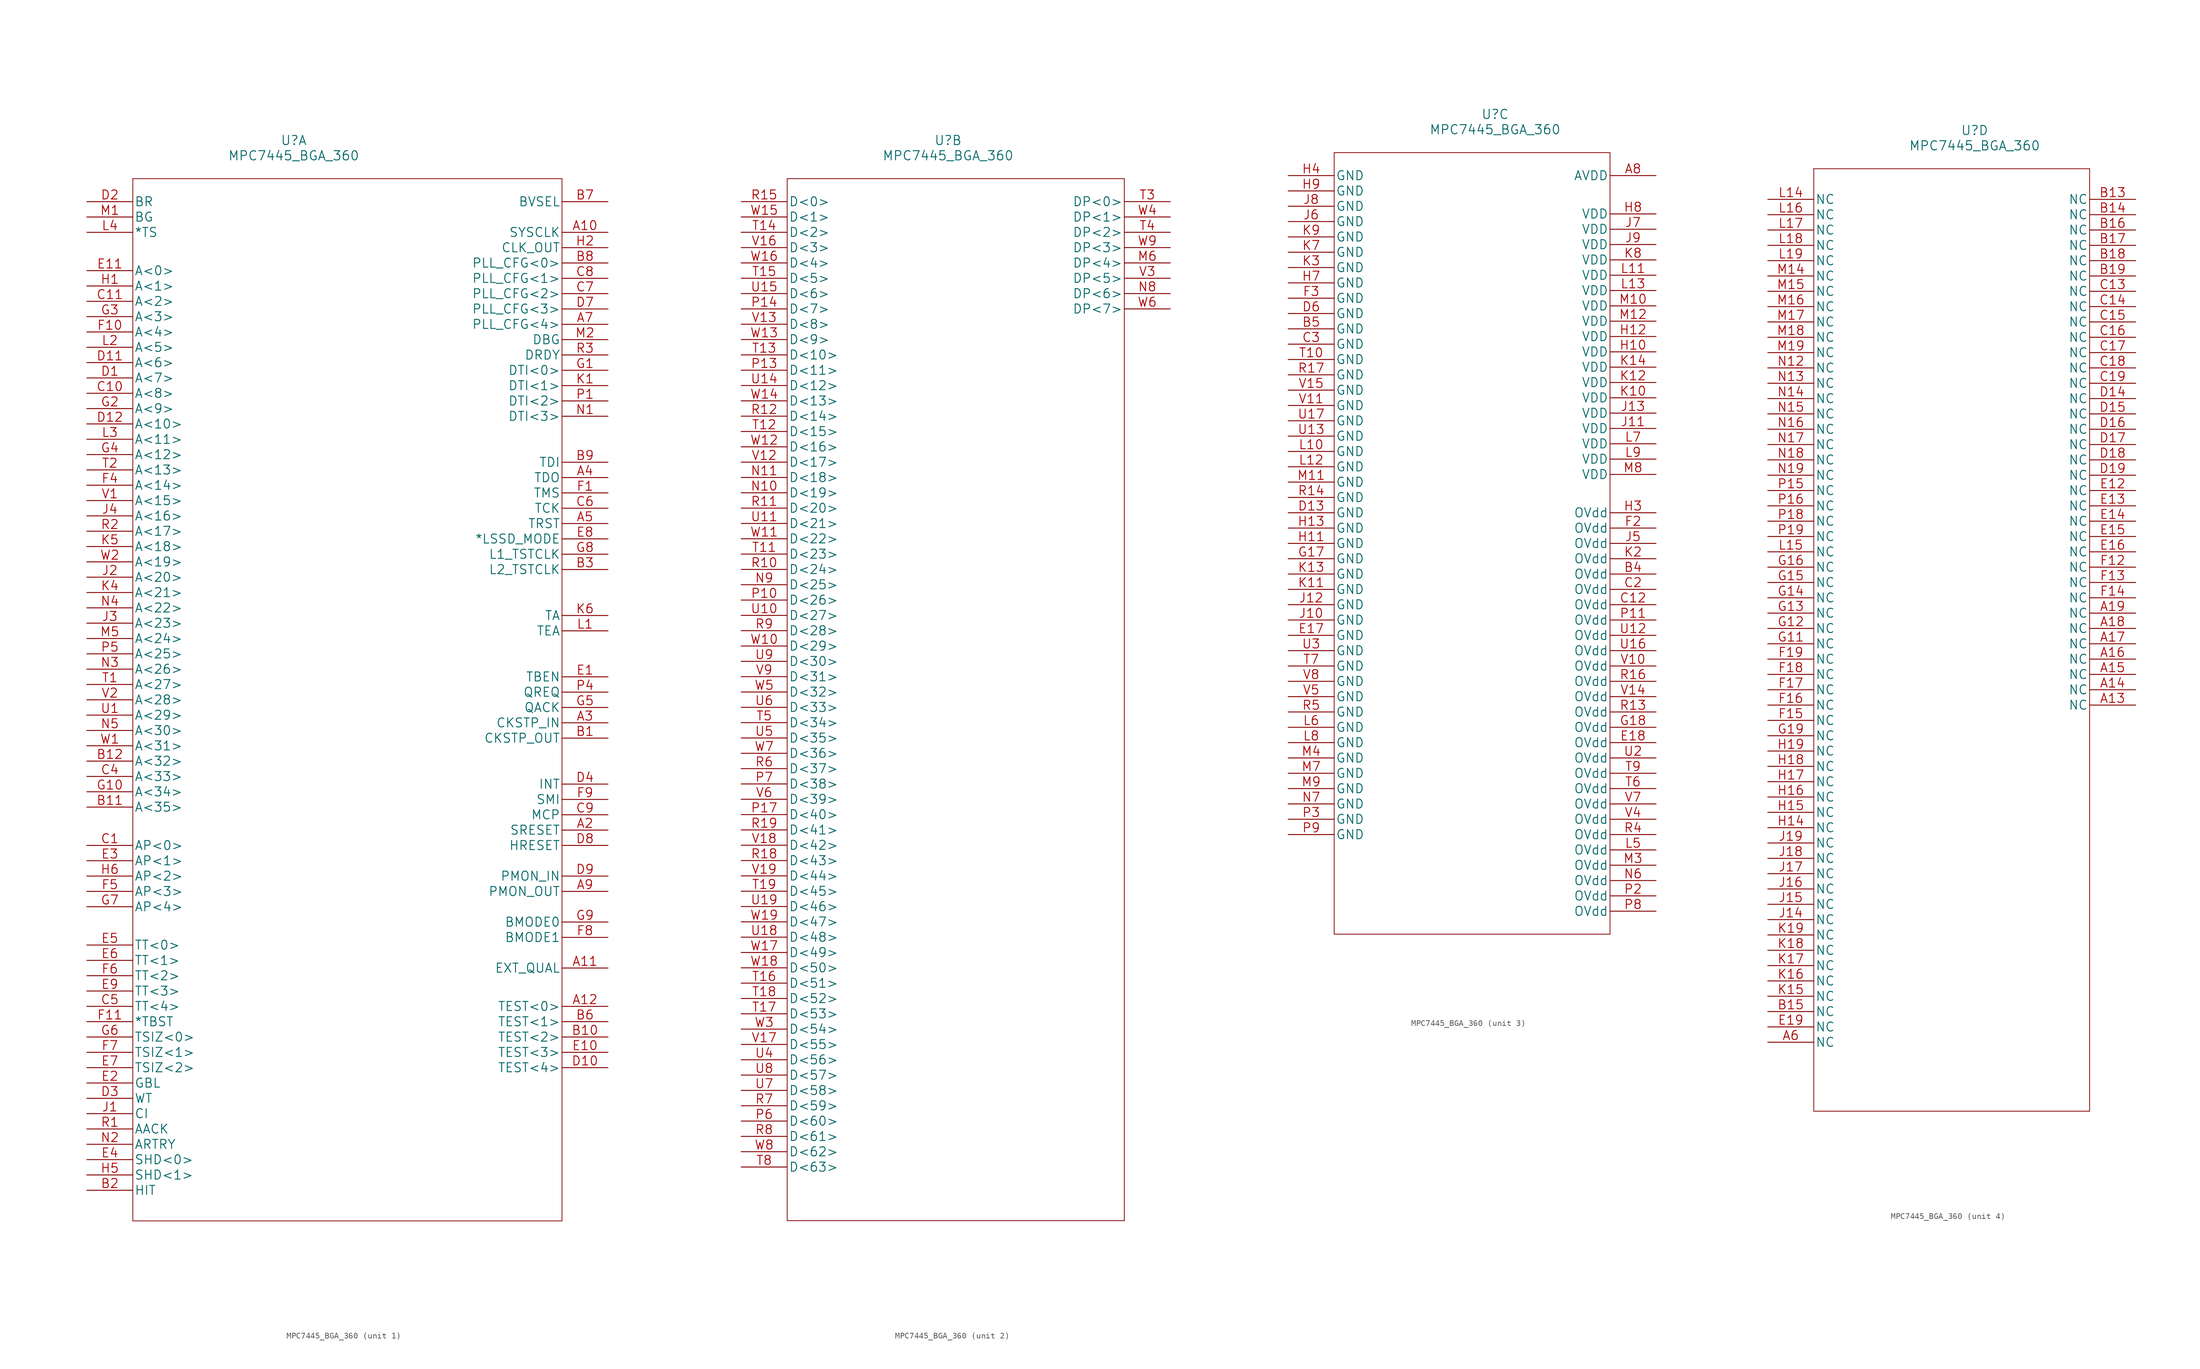
<source format=kicad_sym>
(kicad_symbol_lib
  (version 20211014)
  (generator kicad_symbol_editor)
  (symbol "MPC7445_BGA_360"
    (pin_names
      (offset 0.254))
    (property "Reference" "U"
      (at 34.29 11.43 0)
      (effects (font (size 1.524 1.524))))
    (property "Value" "MPC7445_BGA_360"
      (at 34.29 8.89 0)
      (effects (font (size 1.524 1.524))))
    (property "Datasheet" ""
      (at -1.27 -104.14 0)
      (effects (font (size 1.524 1.524))))
    (symbol "MPC7445_BGA_360_1_1"
      (polyline (pts (xy 7.62 -167.64) (xy 78.74 -167.64)) (stroke (width 0.127) (type default) (color 0 0 0 0)) (fill (type none)))
      (polyline (pts (xy 7.62 5.08) (xy 7.62 -167.64)) (stroke (width 0.127) (type default) (color 0 0 0 0)) (fill (type none)))
      (polyline (pts (xy 78.74 -167.64) (xy 78.74 5.08)) (stroke (width 0.127) (type default) (color 0 0 0 0)) (fill (type none)))
      (polyline (pts (xy 78.74 5.08) (xy 7.62 5.08)) (stroke (width 0.127) (type default) (color 0 0 0 0)) (fill (type none)))
      (pin input line (at 86.36 -3.81 180) (length 7.62) (name "SYSCLK" (effects (font (size 1.499 1.499)))) (number "A10" (effects (font (size 1.499 1.499)))))
      (pin input line (at 86.36 -125.73 180) (length 7.62) (name "EXT_QUAL" (effects (font (size 1.499 1.499)))) (number "A11" (effects (font (size 1.499 1.499)))))
      (pin input line (at 86.36 -132.08 180) (length 7.62) (name "TEST<0>" (effects (font (size 1.499 1.499)))) (number "A12" (effects (font (size 1.499 1.499)))))
      (pin input line (at 86.36 -102.87 180) (length 7.62) (name "SRESET" (effects (font (size 1.499 1.499)))) (number "A2" (effects (font (size 1.499 1.499)))))
      (pin input line (at 86.36 -85.09 180) (length 7.62) (name "CKSTP_IN" (effects (font (size 1.499 1.499)))) (number "A3" (effects (font (size 1.499 1.499)))))
      (pin output line (at 86.36 -44.45 180) (length 7.62) (name "TDO" (effects (font (size 1.499 1.499)))) (number "A4" (effects (font (size 1.499 1.499)))))
      (pin input line (at 86.36 -52.07 180) (length 7.62) (name "TRST" (effects (font (size 1.499 1.499)))) (number "A5" (effects (font (size 1.499 1.499)))))
      (pin input line (at 86.36 -19.05 180) (length 7.62) (name "PLL_CFG<4>" (effects (font (size 1.499 1.499)))) (number "A7" (effects (font (size 1.499 1.499)))))
      (pin output line (at 86.36 -113.03 180) (length 7.62) (name "PMON_OUT" (effects (font (size 1.499 1.499)))) (number "A9" (effects (font (size 1.499 1.499)))))
      (pin output line (at 86.36 -87.63 180) (length 7.62) (name "CKSTP_OUT" (effects (font (size 1.499 1.499)))) (number "B1" (effects (font (size 1.499 1.499)))))
      (pin input line (at 86.36 -137.16 180) (length 7.62) (name "TEST<2>" (effects (font (size 1.499 1.499)))) (number "B10" (effects (font (size 1.499 1.499)))))
      (pin bidirectional line (at 0 -99.06 0) (length 7.62) (name "A<35>" (effects (font (size 1.499 1.499)))) (number "B11" (effects (font (size 1.499 1.499)))))
      (pin bidirectional line (at 0 -91.44 0) (length 7.62) (name "A<32>" (effects (font (size 1.499 1.499)))) (number "B12" (effects (font (size 1.499 1.499)))))
      (pin output line (at 0 -162.56 0) (length 7.62) (name "HIT" (effects (font (size 1.499 1.499)))) (number "B2" (effects (font (size 1.499 1.499)))))
      (pin input line (at 86.36 -59.69 180) (length 7.62) (name "L2_TSTCLK" (effects (font (size 1.499 1.499)))) (number "B3" (effects (font (size 1.499 1.499)))))
      (pin input line (at 86.36 -134.62 180) (length 7.62) (name "TEST<1>" (effects (font (size 1.499 1.499)))) (number "B6" (effects (font (size 1.499 1.499)))))
      (pin input line (at 86.36 1.27 180) (length 7.62) (name "BVSEL" (effects (font (size 1.499 1.499)))) (number "B7" (effects (font (size 1.499 1.499)))))
      (pin input line (at 86.36 -8.89 180) (length 7.62) (name "PLL_CFG<0>" (effects (font (size 1.499 1.499)))) (number "B8" (effects (font (size 1.499 1.499)))))
      (pin input line (at 86.36 -41.91 180) (length 7.62) (name "TDI" (effects (font (size 1.499 1.499)))) (number "B9" (effects (font (size 1.499 1.499)))))
      (pin bidirectional line (at 0 -105.41 0) (length 7.62) (name "AP<0>" (effects (font (size 1.499 1.499)))) (number "C1" (effects (font (size 1.499 1.499)))))
      (pin bidirectional line (at 0 -30.48 0) (length 7.62) (name "A<8>" (effects (font (size 1.499 1.499)))) (number "C10" (effects (font (size 1.499 1.499)))))
      (pin bidirectional line (at 0 -15.24 0) (length 7.62) (name "A<2>" (effects (font (size 1.499 1.499)))) (number "C11" (effects (font (size 1.499 1.499)))))
      (pin bidirectional line (at 0 -93.98 0) (length 7.62) (name "A<33>" (effects (font (size 1.499 1.499)))) (number "C4" (effects (font (size 1.499 1.499)))))
      (pin bidirectional line (at 0 -132.08 0) (length 7.62) (name "TT<4>" (effects (font (size 1.499 1.499)))) (number "C5" (effects (font (size 1.499 1.499)))))
      (pin input line (at 86.36 -49.53 180) (length 7.62) (name "TCK" (effects (font (size 1.499 1.499)))) (number "C6" (effects (font (size 1.499 1.499)))))
      (pin input line (at 86.36 -13.97 180) (length 7.62) (name "PLL_CFG<2>" (effects (font (size 1.499 1.499)))) (number "C7" (effects (font (size 1.499 1.499)))))
      (pin input line (at 86.36 -11.43 180) (length 7.62) (name "PLL_CFG<1>" (effects (font (size 1.499 1.499)))) (number "C8" (effects (font (size 1.499 1.499)))))
      (pin input line (at 86.36 -100.33 180) (length 7.62) (name "MCP" (effects (font (size 1.499 1.499)))) (number "C9" (effects (font (size 1.499 1.499)))))
      (pin bidirectional line (at 0 -27.94 0) (length 7.62) (name "A<7>" (effects (font (size 1.499 1.499)))) (number "D1" (effects (font (size 1.499 1.499)))))
      (pin input line (at 86.36 -142.24 180) (length 7.62) (name "TEST<4>" (effects (font (size 1.499 1.499)))) (number "D10" (effects (font (size 1.499 1.499)))))
      (pin bidirectional line (at 0 -25.4 0) (length 7.62) (name "A<6>" (effects (font (size 1.499 1.499)))) (number "D11" (effects (font (size 1.499 1.499)))))
      (pin bidirectional line (at 0 -35.56 0) (length 7.62) (name "A<10>" (effects (font (size 1.499 1.499)))) (number "D12" (effects (font (size 1.499 1.499)))))
      (pin output line (at 0 1.27 0) (length 7.62) (name "BR" (effects (font (size 1.499 1.499)))) (number "D2" (effects (font (size 1.499 1.499)))))
      (pin output line (at 0 -147.32 0) (length 7.62) (name "WT" (effects (font (size 1.499 1.499)))) (number "D3" (effects (font (size 1.499 1.499)))))
      (pin input line (at 86.36 -95.25 180) (length 7.62) (name "INT" (effects (font (size 1.499 1.499)))) (number "D4" (effects (font (size 1.499 1.499)))))
      (pin input line (at 86.36 -16.51 180) (length 7.62) (name "PLL_CFG<3>" (effects (font (size 1.499 1.499)))) (number "D7" (effects (font (size 1.499 1.499)))))
      (pin input line (at 86.36 -105.41 180) (length 7.62) (name "HRESET" (effects (font (size 1.499 1.499)))) (number "D8" (effects (font (size 1.499 1.499)))))
      (pin input line (at 86.36 -110.49 180) (length 7.62) (name "PMON_IN" (effects (font (size 1.499 1.499)))) (number "D9" (effects (font (size 1.499 1.499)))))
      (pin input line (at 86.36 -77.47 180) (length 7.62) (name "TBEN" (effects (font (size 1.499 1.499)))) (number "E1" (effects (font (size 1.499 1.499)))))
      (pin input line (at 86.36 -139.7 180) (length 7.62) (name "TEST<3>" (effects (font (size 1.499 1.499)))) (number "E10" (effects (font (size 1.499 1.499)))))
      (pin bidirectional line (at 0 -10.16 0) (length 7.62) (name "A<0>" (effects (font (size 1.499 1.499)))) (number "E11" (effects (font (size 1.499 1.499)))))
      (pin bidirectional line (at 0 -144.78 0) (length 7.62) (name "GBL" (effects (font (size 1.499 1.499)))) (number "E2" (effects (font (size 1.499 1.499)))))
      (pin bidirectional line (at 0 -107.95 0) (length 7.62) (name "AP<1>" (effects (font (size 1.499 1.499)))) (number "E3" (effects (font (size 1.499 1.499)))))
      (pin bidirectional line (at 0 -157.48 0) (length 7.62) (name "SHD<0>" (effects (font (size 1.499 1.499)))) (number "E4" (effects (font (size 1.499 1.499)))))
      (pin bidirectional line (at 0 -121.92 0) (length 7.62) (name "TT<0>" (effects (font (size 1.499 1.499)))) (number "E5" (effects (font (size 1.499 1.499)))))
      (pin bidirectional line (at 0 -124.46 0) (length 7.62) (name "TT<1>" (effects (font (size 1.499 1.499)))) (number "E6" (effects (font (size 1.499 1.499)))))
      (pin output line (at 0 -142.24 0) (length 7.62) (name "TSIZ<2>" (effects (font (size 1.499 1.499)))) (number "E7" (effects (font (size 1.499 1.499)))))
      (pin input line (at 86.36 -54.61 180) (length 7.62) (name "*LSSD_MODE" (effects (font (size 1.499 1.499)))) (number "E8" (effects (font (size 1.499 1.499)))))
      (pin bidirectional line (at 0 -129.54 0) (length 7.62) (name "TT<3>" (effects (font (size 1.499 1.499)))) (number "E9" (effects (font (size 1.499 1.499)))))
      (pin input line (at 86.36 -46.99 180) (length 7.62) (name "TMS" (effects (font (size 1.499 1.499)))) (number "F1" (effects (font (size 1.499 1.499)))))
      (pin bidirectional line (at 0 -20.32 0) (length 7.62) (name "A<4>" (effects (font (size 1.499 1.499)))) (number "F10" (effects (font (size 1.499 1.499)))))
      (pin output line (at 0 -134.62 0) (length 7.62) (name "*TBST" (effects (font (size 1.499 1.499)))) (number "F11" (effects (font (size 1.499 1.499)))))
      (pin bidirectional line (at 0 -45.72 0) (length 7.62) (name "A<14>" (effects (font (size 1.499 1.499)))) (number "F4" (effects (font (size 1.499 1.499)))))
      (pin bidirectional line (at 0 -113.03 0) (length 7.62) (name "AP<3>" (effects (font (size 1.499 1.499)))) (number "F5" (effects (font (size 1.499 1.499)))))
      (pin bidirectional line (at 0 -127 0) (length 7.62) (name "TT<2>" (effects (font (size 1.499 1.499)))) (number "F6" (effects (font (size 1.499 1.499)))))
      (pin output line (at 0 -139.7 0) (length 7.62) (name "TSIZ<1>" (effects (font (size 1.499 1.499)))) (number "F7" (effects (font (size 1.499 1.499)))))
      (pin input line (at 86.36 -120.65 180) (length 7.62) (name "BMODE1" (effects (font (size 1.499 1.499)))) (number "F8" (effects (font (size 1.499 1.499)))))
      (pin input line (at 86.36 -97.79 180) (length 7.62) (name "SMI" (effects (font (size 1.499 1.499)))) (number "F9" (effects (font (size 1.499 1.499)))))
      (pin input line (at 86.36 -26.67 180) (length 7.62) (name "DTI<0>" (effects (font (size 1.499 1.499)))) (number "G1" (effects (font (size 1.499 1.499)))))
      (pin bidirectional line (at 0 -96.52 0) (length 7.62) (name "A<34>" (effects (font (size 1.499 1.499)))) (number "G10" (effects (font (size 1.499 1.499)))))
      (pin bidirectional line (at 0 -33.02 0) (length 7.62) (name "A<9>" (effects (font (size 1.499 1.499)))) (number "G2" (effects (font (size 1.499 1.499)))))
      (pin bidirectional line (at 0 -17.78 0) (length 7.62) (name "A<3>" (effects (font (size 1.499 1.499)))) (number "G3" (effects (font (size 1.499 1.499)))))
      (pin bidirectional line (at 0 -40.64 0) (length 7.62) (name "A<12>" (effects (font (size 1.499 1.499)))) (number "G4" (effects (font (size 1.499 1.499)))))
      (pin input line (at 86.36 -82.55 180) (length 7.62) (name "QACK" (effects (font (size 1.499 1.499)))) (number "G5" (effects (font (size 1.499 1.499)))))
      (pin output line (at 0 -137.16 0) (length 7.62) (name "TSIZ<0>" (effects (font (size 1.499 1.499)))) (number "G6" (effects (font (size 1.499 1.499)))))
      (pin bidirectional line (at 0 -115.57 0) (length 7.62) (name "AP<4>" (effects (font (size 1.499 1.499)))) (number "G7" (effects (font (size 1.499 1.499)))))
      (pin input line (at 86.36 -57.15 180) (length 7.62) (name "L1_TSTCLK" (effects (font (size 1.499 1.499)))) (number "G8" (effects (font (size 1.499 1.499)))))
      (pin input line (at 86.36 -118.11 180) (length 7.62) (name "BMODE0" (effects (font (size 1.499 1.499)))) (number "G9" (effects (font (size 1.499 1.499)))))
      (pin bidirectional line (at 0 -12.7 0) (length 7.62) (name "A<1>" (effects (font (size 1.499 1.499)))) (number "H1" (effects (font (size 1.499 1.499)))))
      (pin output line (at 86.36 -6.35 180) (length 7.62) (name "CLK_OUT" (effects (font (size 1.499 1.499)))) (number "H2" (effects (font (size 1.499 1.499)))))
      (pin bidirectional line (at 0 -160.02 0) (length 7.62) (name "SHD<1>" (effects (font (size 1.499 1.499)))) (number "H5" (effects (font (size 1.499 1.499)))))
      (pin bidirectional line (at 0 -110.49 0) (length 7.62) (name "AP<2>" (effects (font (size 1.499 1.499)))) (number "H6" (effects (font (size 1.499 1.499)))))
      (pin output line (at 0 -149.86 0) (length 7.62) (name "CI" (effects (font (size 1.499 1.499)))) (number "J1" (effects (font (size 1.499 1.499)))))
      (pin bidirectional line (at 0 -60.96 0) (length 7.62) (name "A<20>" (effects (font (size 1.499 1.499)))) (number "J2" (effects (font (size 1.499 1.499)))))
      (pin bidirectional line (at 0 -68.58 0) (length 7.62) (name "A<23>" (effects (font (size 1.499 1.499)))) (number "J3" (effects (font (size 1.499 1.499)))))
      (pin bidirectional line (at 0 -50.8 0) (length 7.62) (name "A<16>" (effects (font (size 1.499 1.499)))) (number "J4" (effects (font (size 1.499 1.499)))))
      (pin input line (at 86.36 -29.21 180) (length 7.62) (name "DTI<1>" (effects (font (size 1.499 1.499)))) (number "K1" (effects (font (size 1.499 1.499)))))
      (pin bidirectional line (at 0 -63.5 0) (length 7.62) (name "A<21>" (effects (font (size 1.499 1.499)))) (number "K4" (effects (font (size 1.499 1.499)))))
      (pin bidirectional line (at 0 -55.88 0) (length 7.62) (name "A<18>" (effects (font (size 1.499 1.499)))) (number "K5" (effects (font (size 1.499 1.499)))))
      (pin input line (at 86.36 -67.31 180) (length 7.62) (name "TA" (effects (font (size 1.499 1.499)))) (number "K6" (effects (font (size 1.499 1.499)))))
      (pin input line (at 86.36 -69.85 180) (length 7.62) (name "TEA" (effects (font (size 1.499 1.499)))) (number "L1" (effects (font (size 1.499 1.499)))))
      (pin bidirectional line (at 0 -22.86 0) (length 7.62) (name "A<5>" (effects (font (size 1.499 1.499)))) (number "L2" (effects (font (size 1.499 1.499)))))
      (pin bidirectional line (at 0 -38.1 0) (length 7.62) (name "A<11>" (effects (font (size 1.499 1.499)))) (number "L3" (effects (font (size 1.499 1.499)))))
      (pin bidirectional line (at 0 -3.81 0) (length 7.62) (name "*TS" (effects (font (size 1.499 1.499)))) (number "L4" (effects (font (size 1.499 1.499)))))
      (pin input line (at 0 -1.27 0) (length 7.62) (name "BG" (effects (font (size 1.499 1.499)))) (number "M1" (effects (font (size 1.499 1.499)))))
      (pin input line (at 86.36 -21.59 180) (length 7.62) (name "DBG" (effects (font (size 1.499 1.499)))) (number "M2" (effects (font (size 1.499 1.499)))))
      (pin bidirectional line (at 0 -71.12 0) (length 7.62) (name "A<24>" (effects (font (size 1.499 1.499)))) (number "M5" (effects (font (size 1.499 1.499)))))
      (pin input line (at 86.36 -34.29 180) (length 7.62) (name "DTI<3>" (effects (font (size 1.499 1.499)))) (number "N1" (effects (font (size 1.499 1.499)))))
      (pin bidirectional line (at 0 -154.94 0) (length 7.62) (name "ARTRY" (effects (font (size 1.499 1.499)))) (number "N2" (effects (font (size 1.499 1.499)))))
      (pin bidirectional line (at 0 -76.2 0) (length 7.62) (name "A<26>" (effects (font (size 1.499 1.499)))) (number "N3" (effects (font (size 1.499 1.499)))))
      (pin bidirectional line (at 0 -66.04 0) (length 7.62) (name "A<22>" (effects (font (size 1.499 1.499)))) (number "N4" (effects (font (size 1.499 1.499)))))
      (pin bidirectional line (at 0 -86.36 0) (length 7.62) (name "A<30>" (effects (font (size 1.499 1.499)))) (number "N5" (effects (font (size 1.499 1.499)))))
      (pin input line (at 86.36 -31.75 180) (length 7.62) (name "DTI<2>" (effects (font (size 1.499 1.499)))) (number "P1" (effects (font (size 1.499 1.499)))))
      (pin output line (at 86.36 -80.01 180) (length 7.62) (name "QREQ" (effects (font (size 1.499 1.499)))) (number "P4" (effects (font (size 1.499 1.499)))))
      (pin bidirectional line (at 0 -73.66 0) (length 7.62) (name "A<25>" (effects (font (size 1.499 1.499)))) (number "P5" (effects (font (size 1.499 1.499)))))
      (pin input line (at 0 -152.4 0) (length 7.62) (name "AACK" (effects (font (size 1.499 1.499)))) (number "R1" (effects (font (size 1.499 1.499)))))
      (pin bidirectional line (at 0 -53.34 0) (length 7.62) (name "A<17>" (effects (font (size 1.499 1.499)))) (number "R2" (effects (font (size 1.499 1.499)))))
      (pin output line (at 86.36 -24.13 180) (length 7.62) (name "DRDY" (effects (font (size 1.499 1.499)))) (number "R3" (effects (font (size 1.499 1.499)))))
      (pin bidirectional line (at 0 -78.74 0) (length 7.62) (name "A<27>" (effects (font (size 1.499 1.499)))) (number "T1" (effects (font (size 1.499 1.499)))))
      (pin bidirectional line (at 0 -43.18 0) (length 7.62) (name "A<13>" (effects (font (size 1.499 1.499)))) (number "T2" (effects (font (size 1.499 1.499)))))
      (pin bidirectional line (at 0 -83.82 0) (length 7.62) (name "A<29>" (effects (font (size 1.499 1.499)))) (number "U1" (effects (font (size 1.499 1.499)))))
      (pin bidirectional line (at 0 -48.26 0) (length 7.62) (name "A<15>" (effects (font (size 1.499 1.499)))) (number "V1" (effects (font (size 1.499 1.499)))))
      (pin bidirectional line (at 0 -81.28 0) (length 7.62) (name "A<28>" (effects (font (size 1.499 1.499)))) (number "V2" (effects (font (size 1.499 1.499)))))
      (pin bidirectional line (at 0 -88.9 0) (length 7.62) (name "A<31>" (effects (font (size 1.499 1.499)))) (number "W1" (effects (font (size 1.499 1.499)))))
      (pin bidirectional line (at 0 -58.42 0) (length 7.62) (name "A<19>" (effects (font (size 1.499 1.499)))) (number "W2" (effects (font (size 1.499 1.499))))))
    (symbol "MPC7445_BGA_360_2_1"
      (polyline (pts (xy 7.62 -167.64) (xy 63.5 -167.64)) (stroke (width 0.127) (type default) (color 0 0 0 0)) (fill (type none)))
      (polyline (pts (xy 7.62 5.08) (xy 7.62 -167.64)) (stroke (width 0.127) (type default) (color 0 0 0 0)) (fill (type none)))
      (polyline (pts (xy 63.5 -167.64) (xy 63.5 5.08)) (stroke (width 0.127) (type default) (color 0 0 0 0)) (fill (type none)))
      (polyline (pts (xy 63.5 5.08) (xy 7.62 5.08)) (stroke (width 0.127) (type default) (color 0 0 0 0)) (fill (type none)))
      (pin bidirectional line (at 71.12 -8.89 180) (length 7.62) (name "DP<4>" (effects (font (size 1.499 1.499)))) (number "M6" (effects (font (size 1.499 1.499)))))
      (pin bidirectional line (at 0 -46.99 0) (length 7.62) (name "D<19>" (effects (font (size 1.499 1.499)))) (number "N10" (effects (font (size 1.499 1.499)))))
      (pin bidirectional line (at 0 -44.45 0) (length 7.62) (name "D<18>" (effects (font (size 1.499 1.499)))) (number "N11" (effects (font (size 1.499 1.499)))))
      (pin bidirectional line (at 71.12 -13.97 180) (length 7.62) (name "DP<6>" (effects (font (size 1.499 1.499)))) (number "N8" (effects (font (size 1.499 1.499)))))
      (pin bidirectional line (at 0 -62.23 0) (length 7.62) (name "D<25>" (effects (font (size 1.499 1.499)))) (number "N9" (effects (font (size 1.499 1.499)))))
      (pin bidirectional line (at 0 -64.77 0) (length 7.62) (name "D<26>" (effects (font (size 1.499 1.499)))) (number "P10" (effects (font (size 1.499 1.499)))))
      (pin bidirectional line (at 0 -26.67 0) (length 7.62) (name "D<11>" (effects (font (size 1.499 1.499)))) (number "P13" (effects (font (size 1.499 1.499)))))
      (pin bidirectional line (at 0 -16.51 0) (length 7.62) (name "D<7>" (effects (font (size 1.499 1.499)))) (number "P14" (effects (font (size 1.499 1.499)))))
      (pin bidirectional line (at 0 -100.33 0) (length 7.62) (name "D<40>" (effects (font (size 1.499 1.499)))) (number "P17" (effects (font (size 1.499 1.499)))))
      (pin bidirectional line (at 0 -151.13 0) (length 7.62) (name "D<60>" (effects (font (size 1.499 1.499)))) (number "P6" (effects (font (size 1.499 1.499)))))
      (pin bidirectional line (at 0 -95.25 0) (length 7.62) (name "D<38>" (effects (font (size 1.499 1.499)))) (number "P7" (effects (font (size 1.499 1.499)))))
      (pin bidirectional line (at 0 -59.69 0) (length 7.62) (name "D<24>" (effects (font (size 1.499 1.499)))) (number "R10" (effects (font (size 1.499 1.499)))))
      (pin bidirectional line (at 0 -49.53 0) (length 7.62) (name "D<20>" (effects (font (size 1.499 1.499)))) (number "R11" (effects (font (size 1.499 1.499)))))
      (pin bidirectional line (at 0 -34.29 0) (length 7.62) (name "D<14>" (effects (font (size 1.499 1.499)))) (number "R12" (effects (font (size 1.499 1.499)))))
      (pin bidirectional line (at 0 1.27 0) (length 7.62) (name "D<0>" (effects (font (size 1.499 1.499)))) (number "R15" (effects (font (size 1.499 1.499)))))
      (pin bidirectional line (at 0 -107.95 0) (length 7.62) (name "D<43>" (effects (font (size 1.499 1.499)))) (number "R18" (effects (font (size 1.499 1.499)))))
      (pin bidirectional line (at 0 -102.87 0) (length 7.62) (name "D<41>" (effects (font (size 1.499 1.499)))) (number "R19" (effects (font (size 1.499 1.499)))))
      (pin bidirectional line (at 0 -92.71 0) (length 7.62) (name "D<37>" (effects (font (size 1.499 1.499)))) (number "R6" (effects (font (size 1.499 1.499)))))
      (pin bidirectional line (at 0 -148.59 0) (length 7.62) (name "D<59>" (effects (font (size 1.499 1.499)))) (number "R7" (effects (font (size 1.499 1.499)))))
      (pin bidirectional line (at 0 -153.67 0) (length 7.62) (name "D<61>" (effects (font (size 1.499 1.499)))) (number "R8" (effects (font (size 1.499 1.499)))))
      (pin bidirectional line (at 0 -69.85 0) (length 7.62) (name "D<28>" (effects (font (size 1.499 1.499)))) (number "R9" (effects (font (size 1.499 1.499)))))
      (pin bidirectional line (at 0 -57.15 0) (length 7.62) (name "D<23>" (effects (font (size 1.499 1.499)))) (number "T11" (effects (font (size 1.499 1.499)))))
      (pin bidirectional line (at 0 -36.83 0) (length 7.62) (name "D<15>" (effects (font (size 1.499 1.499)))) (number "T12" (effects (font (size 1.499 1.499)))))
      (pin bidirectional line (at 0 -24.13 0) (length 7.62) (name "D<10>" (effects (font (size 1.499 1.499)))) (number "T13" (effects (font (size 1.499 1.499)))))
      (pin bidirectional line (at 0 -3.81 0) (length 7.62) (name "D<2>" (effects (font (size 1.499 1.499)))) (number "T14" (effects (font (size 1.499 1.499)))))
      (pin bidirectional line (at 0 -11.43 0) (length 7.62) (name "D<5>" (effects (font (size 1.499 1.499)))) (number "T15" (effects (font (size 1.499 1.499)))))
      (pin bidirectional line (at 0 -128.27 0) (length 7.62) (name "D<51>" (effects (font (size 1.499 1.499)))) (number "T16" (effects (font (size 1.499 1.499)))))
      (pin bidirectional line (at 0 -133.35 0) (length 7.62) (name "D<53>" (effects (font (size 1.499 1.499)))) (number "T17" (effects (font (size 1.499 1.499)))))
      (pin bidirectional line (at 0 -130.81 0) (length 7.62) (name "D<52>" (effects (font (size 1.499 1.499)))) (number "T18" (effects (font (size 1.499 1.499)))))
      (pin bidirectional line (at 0 -113.03 0) (length 7.62) (name "D<45>" (effects (font (size 1.499 1.499)))) (number "T19" (effects (font (size 1.499 1.499)))))
      (pin bidirectional line (at 71.12 1.27 180) (length 7.62) (name "DP<0>" (effects (font (size 1.499 1.499)))) (number "T3" (effects (font (size 1.499 1.499)))))
      (pin bidirectional line (at 71.12 -3.81 180) (length 7.62) (name "DP<2>" (effects (font (size 1.499 1.499)))) (number "T4" (effects (font (size 1.499 1.499)))))
      (pin bidirectional line (at 0 -85.09 0) (length 7.62) (name "D<34>" (effects (font (size 1.499 1.499)))) (number "T5" (effects (font (size 1.499 1.499)))))
      (pin bidirectional line (at 0 -158.75 0) (length 7.62) (name "D<63>" (effects (font (size 1.499 1.499)))) (number "T8" (effects (font (size 1.499 1.499)))))
      (pin bidirectional line (at 0 -67.31 0) (length 7.62) (name "D<27>" (effects (font (size 1.499 1.499)))) (number "U10" (effects (font (size 1.499 1.499)))))
      (pin bidirectional line (at 0 -52.07 0) (length 7.62) (name "D<21>" (effects (font (size 1.499 1.499)))) (number "U11" (effects (font (size 1.499 1.499)))))
      (pin bidirectional line (at 0 -29.21 0) (length 7.62) (name "D<12>" (effects (font (size 1.499 1.499)))) (number "U14" (effects (font (size 1.499 1.499)))))
      (pin bidirectional line (at 0 -13.97 0) (length 7.62) (name "D<6>" (effects (font (size 1.499 1.499)))) (number "U15" (effects (font (size 1.499 1.499)))))
      (pin bidirectional line (at 0 -120.65 0) (length 7.62) (name "D<48>" (effects (font (size 1.499 1.499)))) (number "U18" (effects (font (size 1.499 1.499)))))
      (pin bidirectional line (at 0 -115.57 0) (length 7.62) (name "D<46>" (effects (font (size 1.499 1.499)))) (number "U19" (effects (font (size 1.499 1.499)))))
      (pin bidirectional line (at 0 -140.97 0) (length 7.62) (name "D<56>" (effects (font (size 1.499 1.499)))) (number "U4" (effects (font (size 1.499 1.499)))))
      (pin bidirectional line (at 0 -87.63 0) (length 7.62) (name "D<35>" (effects (font (size 1.499 1.499)))) (number "U5" (effects (font (size 1.499 1.499)))))
      (pin bidirectional line (at 0 -82.55 0) (length 7.62) (name "D<33>" (effects (font (size 1.499 1.499)))) (number "U6" (effects (font (size 1.499 1.499)))))
      (pin bidirectional line (at 0 -146.05 0) (length 7.62) (name "D<58>" (effects (font (size 1.499 1.499)))) (number "U7" (effects (font (size 1.499 1.499)))))
      (pin bidirectional line (at 0 -143.51 0) (length 7.62) (name "D<57>" (effects (font (size 1.499 1.499)))) (number "U8" (effects (font (size 1.499 1.499)))))
      (pin bidirectional line (at 0 -74.93 0) (length 7.62) (name "D<30>" (effects (font (size 1.499 1.499)))) (number "U9" (effects (font (size 1.499 1.499)))))
      (pin bidirectional line (at 0 -41.91 0) (length 7.62) (name "D<17>" (effects (font (size 1.499 1.499)))) (number "V12" (effects (font (size 1.499 1.499)))))
      (pin bidirectional line (at 0 -19.05 0) (length 7.62) (name "D<8>" (effects (font (size 1.499 1.499)))) (number "V13" (effects (font (size 1.499 1.499)))))
      (pin bidirectional line (at 0 -6.35 0) (length 7.62) (name "D<3>" (effects (font (size 1.499 1.499)))) (number "V16" (effects (font (size 1.499 1.499)))))
      (pin bidirectional line (at 0 -138.43 0) (length 7.62) (name "D<55>" (effects (font (size 1.499 1.499)))) (number "V17" (effects (font (size 1.499 1.499)))))
      (pin bidirectional line (at 0 -105.41 0) (length 7.62) (name "D<42>" (effects (font (size 1.499 1.499)))) (number "V18" (effects (font (size 1.499 1.499)))))
      (pin bidirectional line (at 0 -110.49 0) (length 7.62) (name "D<44>" (effects (font (size 1.499 1.499)))) (number "V19" (effects (font (size 1.499 1.499)))))
      (pin bidirectional line (at 71.12 -11.43 180) (length 7.62) (name "DP<5>" (effects (font (size 1.499 1.499)))) (number "V3" (effects (font (size 1.499 1.499)))))
      (pin bidirectional line (at 0 -97.79 0) (length 7.62) (name "D<39>" (effects (font (size 1.499 1.499)))) (number "V6" (effects (font (size 1.499 1.499)))))
      (pin bidirectional line (at 0 -77.47 0) (length 7.62) (name "D<31>" (effects (font (size 1.499 1.499)))) (number "V9" (effects (font (size 1.499 1.499)))))
      (pin bidirectional line (at 0 -72.39 0) (length 7.62) (name "D<29>" (effects (font (size 1.499 1.499)))) (number "W10" (effects (font (size 1.499 1.499)))))
      (pin bidirectional line (at 0 -54.61 0) (length 7.62) (name "D<22>" (effects (font (size 1.499 1.499)))) (number "W11" (effects (font (size 1.499 1.499)))))
      (pin bidirectional line (at 0 -39.37 0) (length 7.62) (name "D<16>" (effects (font (size 1.499 1.499)))) (number "W12" (effects (font (size 1.499 1.499)))))
      (pin bidirectional line (at 0 -21.59 0) (length 7.62) (name "D<9>" (effects (font (size 1.499 1.499)))) (number "W13" (effects (font (size 1.499 1.499)))))
      (pin bidirectional line (at 0 -31.75 0) (length 7.62) (name "D<13>" (effects (font (size 1.499 1.499)))) (number "W14" (effects (font (size 1.499 1.499)))))
      (pin bidirectional line (at 0 -1.27 0) (length 7.62) (name "D<1>" (effects (font (size 1.499 1.499)))) (number "W15" (effects (font (size 1.499 1.499)))))
      (pin bidirectional line (at 0 -8.89 0) (length 7.62) (name "D<4>" (effects (font (size 1.499 1.499)))) (number "W16" (effects (font (size 1.499 1.499)))))
      (pin bidirectional line (at 0 -123.19 0) (length 7.62) (name "D<49>" (effects (font (size 1.499 1.499)))) (number "W17" (effects (font (size 1.499 1.499)))))
      (pin bidirectional line (at 0 -125.73 0) (length 7.62) (name "D<50>" (effects (font (size 1.499 1.499)))) (number "W18" (effects (font (size 1.499 1.499)))))
      (pin bidirectional line (at 0 -118.11 0) (length 7.62) (name "D<47>" (effects (font (size 1.499 1.499)))) (number "W19" (effects (font (size 1.499 1.499)))))
      (pin bidirectional line (at 0 -135.89 0) (length 7.62) (name "D<54>" (effects (font (size 1.499 1.499)))) (number "W3" (effects (font (size 1.499 1.499)))))
      (pin bidirectional line (at 71.12 -1.27 180) (length 7.62) (name "DP<1>" (effects (font (size 1.499 1.499)))) (number "W4" (effects (font (size 1.499 1.499)))))
      (pin bidirectional line (at 0 -80.01 0) (length 7.62) (name "D<32>" (effects (font (size 1.499 1.499)))) (number "W5" (effects (font (size 1.499 1.499)))))
      (pin bidirectional line (at 71.12 -16.51 180) (length 7.62) (name "DP<7>" (effects (font (size 1.499 1.499)))) (number "W6" (effects (font (size 1.499 1.499)))))
      (pin bidirectional line (at 0 -90.17 0) (length 7.62) (name "D<36>" (effects (font (size 1.499 1.499)))) (number "W7" (effects (font (size 1.499 1.499)))))
      (pin bidirectional line (at 0 -156.21 0) (length 7.62) (name "D<62>" (effects (font (size 1.499 1.499)))) (number "W8" (effects (font (size 1.499 1.499)))))
      (pin bidirectional line (at 71.12 -6.35 180) (length 7.62) (name "DP<3>" (effects (font (size 1.499 1.499)))) (number "W9" (effects (font (size 1.499 1.499))))))
    (symbol "MPC7445_BGA_360_3_1"
      (polyline (pts (xy 7.62 -124.46) (xy 53.34 -124.46)) (stroke (width 0.127) (type default) (color 0 0 0 0)) (fill (type none)))
      (polyline (pts (xy 7.62 5.08) (xy 7.62 -124.46)) (stroke (width 0.127) (type default) (color 0 0 0 0)) (fill (type none)))
      (polyline (pts (xy 53.34 -124.46) (xy 53.34 5.08)) (stroke (width 0.127) (type default) (color 0 0 0 0)) (fill (type none)))
      (polyline (pts (xy 53.34 5.08) (xy 7.62 5.08)) (stroke (width 0.127) (type default) (color 0 0 0 0)) (fill (type none)))
      (pin power_in line (at 60.96 1.27 180) (length 7.62) (name "AVDD" (effects (font (size 1.499 1.499)))) (number "A8" (effects (font (size 1.499 1.499)))))
      (pin power_in line (at 60.96 -64.77 180) (length 7.62) (name "OVdd" (effects (font (size 1.499 1.499)))) (number "B4" (effects (font (size 1.499 1.499)))))
      (pin power_in line (at 0 -24.13 0) (length 7.62) (name "GND" (effects (font (size 1.499 1.499)))) (number "B5" (effects (font (size 1.499 1.499)))))
      (pin power_in line (at 60.96 -69.85 180) (length 7.62) (name "OVdd" (effects (font (size 1.499 1.499)))) (number "C12" (effects (font (size 1.499 1.499)))))
      (pin power_in line (at 60.96 -67.31 180) (length 7.62) (name "OVdd" (effects (font (size 1.499 1.499)))) (number "C2" (effects (font (size 1.499 1.499)))))
      (pin power_in line (at 0 -26.67 0) (length 7.62) (name "GND" (effects (font (size 1.499 1.499)))) (number "C3" (effects (font (size 1.499 1.499)))))
      (pin power_in line (at 0 -54.61 0) (length 7.62) (name "GND" (effects (font (size 1.499 1.499)))) (number "D13" (effects (font (size 1.499 1.499)))))
      (pin power_in line (at 0 -21.59 0) (length 7.62) (name "GND" (effects (font (size 1.499 1.499)))) (number "D6" (effects (font (size 1.499 1.499)))))
      (pin power_in line (at 0 -74.93 0) (length 7.62) (name "GND" (effects (font (size 1.499 1.499)))) (number "E17" (effects (font (size 1.499 1.499)))))
      (pin power_in line (at 60.96 -92.71 180) (length 7.62) (name "OVdd" (effects (font (size 1.499 1.499)))) (number "E18" (effects (font (size 1.499 1.499)))))
      (pin power_in line (at 60.96 -57.15 180) (length 7.62) (name "OVdd" (effects (font (size 1.499 1.499)))) (number "F2" (effects (font (size 1.499 1.499)))))
      (pin power_in line (at 0 -19.05 0) (length 7.62) (name "GND" (effects (font (size 1.499 1.499)))) (number "F3" (effects (font (size 1.499 1.499)))))
      (pin power_in line (at 0 -62.23 0) (length 7.62) (name "GND" (effects (font (size 1.499 1.499)))) (number "G17" (effects (font (size 1.499 1.499)))))
      (pin power_in line (at 60.96 -90.17 180) (length 7.62) (name "OVdd" (effects (font (size 1.499 1.499)))) (number "G18" (effects (font (size 1.499 1.499)))))
      (pin power_in line (at 60.96 -27.94 180) (length 7.62) (name "VDD" (effects (font (size 1.499 1.499)))) (number "H10" (effects (font (size 1.499 1.499)))))
      (pin power_in line (at 0 -59.69 0) (length 7.62) (name "GND" (effects (font (size 1.499 1.499)))) (number "H11" (effects (font (size 1.499 1.499)))))
      (pin power_in line (at 60.96 -25.4 180) (length 7.62) (name "VDD" (effects (font (size 1.499 1.499)))) (number "H12" (effects (font (size 1.499 1.499)))))
      (pin power_in line (at 0 -57.15 0) (length 7.62) (name "GND" (effects (font (size 1.499 1.499)))) (number "H13" (effects (font (size 1.499 1.499)))))
      (pin power_in line (at 60.96 -54.61 180) (length 7.62) (name "OVdd" (effects (font (size 1.499 1.499)))) (number "H3" (effects (font (size 1.499 1.499)))))
      (pin power_in line (at 0 1.27 0) (length 7.62) (name "GND" (effects (font (size 1.499 1.499)))) (number "H4" (effects (font (size 1.499 1.499)))))
      (pin power_in line (at 0 -16.51 0) (length 7.62) (name "GND" (effects (font (size 1.499 1.499)))) (number "H7" (effects (font (size 1.499 1.499)))))
      (pin power_in line (at 60.96 -5.08 180) (length 7.62) (name "VDD" (effects (font (size 1.499 1.499)))) (number "H8" (effects (font (size 1.499 1.499)))))
      (pin power_in line (at 0 -1.27 0) (length 7.62) (name "GND" (effects (font (size 1.499 1.499)))) (number "H9" (effects (font (size 1.499 1.499)))))
      (pin power_in line (at 0 -72.39 0) (length 7.62) (name "GND" (effects (font (size 1.499 1.499)))) (number "J10" (effects (font (size 1.499 1.499)))))
      (pin power_in line (at 60.96 -40.64 180) (length 7.62) (name "VDD" (effects (font (size 1.499 1.499)))) (number "J11" (effects (font (size 1.499 1.499)))))
      (pin power_in line (at 0 -69.85 0) (length 7.62) (name "GND" (effects (font (size 1.499 1.499)))) (number "J12" (effects (font (size 1.499 1.499)))))
      (pin power_in line (at 60.96 -38.1 180) (length 7.62) (name "VDD" (effects (font (size 1.499 1.499)))) (number "J13" (effects (font (size 1.499 1.499)))))
      (pin power_in line (at 60.96 -59.69 180) (length 7.62) (name "OVdd" (effects (font (size 1.499 1.499)))) (number "J5" (effects (font (size 1.499 1.499)))))
      (pin power_in line (at 0 -6.35 0) (length 7.62) (name "GND" (effects (font (size 1.499 1.499)))) (number "J6" (effects (font (size 1.499 1.499)))))
      (pin power_in line (at 60.96 -7.62 180) (length 7.62) (name "VDD" (effects (font (size 1.499 1.499)))) (number "J7" (effects (font (size 1.499 1.499)))))
      (pin power_in line (at 0 -3.81 0) (length 7.62) (name "GND" (effects (font (size 1.499 1.499)))) (number "J8" (effects (font (size 1.499 1.499)))))
      (pin power_in line (at 60.96 -10.16 180) (length 7.62) (name "VDD" (effects (font (size 1.499 1.499)))) (number "J9" (effects (font (size 1.499 1.499)))))
      (pin power_in line (at 60.96 -35.56 180) (length 7.62) (name "VDD" (effects (font (size 1.499 1.499)))) (number "K10" (effects (font (size 1.499 1.499)))))
      (pin power_in line (at 0 -67.31 0) (length 7.62) (name "GND" (effects (font (size 1.499 1.499)))) (number "K11" (effects (font (size 1.499 1.499)))))
      (pin power_in line (at 60.96 -33.02 180) (length 7.62) (name "VDD" (effects (font (size 1.499 1.499)))) (number "K12" (effects (font (size 1.499 1.499)))))
      (pin power_in line (at 0 -64.77 0) (length 7.62) (name "GND" (effects (font (size 1.499 1.499)))) (number "K13" (effects (font (size 1.499 1.499)))))
      (pin power_in line (at 60.96 -30.48 180) (length 7.62) (name "VDD" (effects (font (size 1.499 1.499)))) (number "K14" (effects (font (size 1.499 1.499)))))
      (pin power_in line (at 60.96 -62.23 180) (length 7.62) (name "OVdd" (effects (font (size 1.499 1.499)))) (number "K2" (effects (font (size 1.499 1.499)))))
      (pin power_in line (at 0 -13.97 0) (length 7.62) (name "GND" (effects (font (size 1.499 1.499)))) (number "K3" (effects (font (size 1.499 1.499)))))
      (pin power_in line (at 0 -11.43 0) (length 7.62) (name "GND" (effects (font (size 1.499 1.499)))) (number "K7" (effects (font (size 1.499 1.499)))))
      (pin power_in line (at 60.96 -12.7 180) (length 7.62) (name "VDD" (effects (font (size 1.499 1.499)))) (number "K8" (effects (font (size 1.499 1.499)))))
      (pin power_in line (at 0 -8.89 0) (length 7.62) (name "GND" (effects (font (size 1.499 1.499)))) (number "K9" (effects (font (size 1.499 1.499)))))
      (pin power_in line (at 0 -44.45 0) (length 7.62) (name "GND" (effects (font (size 1.499 1.499)))) (number "L10" (effects (font (size 1.499 1.499)))))
      (pin power_in line (at 60.96 -15.24 180) (length 7.62) (name "VDD" (effects (font (size 1.499 1.499)))) (number "L11" (effects (font (size 1.499 1.499)))))
      (pin power_in line (at 0 -46.99 0) (length 7.62) (name "GND" (effects (font (size 1.499 1.499)))) (number "L12" (effects (font (size 1.499 1.499)))))
      (pin power_in line (at 60.96 -17.78 180) (length 7.62) (name "VDD" (effects (font (size 1.499 1.499)))) (number "L13" (effects (font (size 1.499 1.499)))))
      (pin power_in line (at 60.96 -110.49 180) (length 7.62) (name "OVdd" (effects (font (size 1.499 1.499)))) (number "L5" (effects (font (size 1.499 1.499)))))
      (pin power_in line (at 0 -90.17 0) (length 7.62) (name "GND" (effects (font (size 1.499 1.499)))) (number "L6" (effects (font (size 1.499 1.499)))))
      (pin power_in line (at 60.96 -43.18 180) (length 7.62) (name "VDD" (effects (font (size 1.499 1.499)))) (number "L7" (effects (font (size 1.499 1.499)))))
      (pin power_in line (at 0 -92.71 0) (length 7.62) (name "GND" (effects (font (size 1.499 1.499)))) (number "L8" (effects (font (size 1.499 1.499)))))
      (pin power_in line (at 60.96 -45.72 180) (length 7.62) (name "VDD" (effects (font (size 1.499 1.499)))) (number "L9" (effects (font (size 1.499 1.499)))))
      (pin power_in line (at 60.96 -20.32 180) (length 7.62) (name "VDD" (effects (font (size 1.499 1.499)))) (number "M10" (effects (font (size 1.499 1.499)))))
      (pin power_in line (at 0 -49.53 0) (length 7.62) (name "GND" (effects (font (size 1.499 1.499)))) (number "M11" (effects (font (size 1.499 1.499)))))
      (pin power_in line (at 60.96 -22.86 180) (length 7.62) (name "VDD" (effects (font (size 1.499 1.499)))) (number "M12" (effects (font (size 1.499 1.499)))))
      (pin power_in line (at 60.96 -113.03 180) (length 7.62) (name "OVdd" (effects (font (size 1.499 1.499)))) (number "M3" (effects (font (size 1.499 1.499)))))
      (pin power_in line (at 0 -95.25 0) (length 7.62) (name "GND" (effects (font (size 1.499 1.499)))) (number "M4" (effects (font (size 1.499 1.499)))))
      (pin power_in line (at 0 -97.79 0) (length 7.62) (name "GND" (effects (font (size 1.499 1.499)))) (number "M7" (effects (font (size 1.499 1.499)))))
      (pin power_in line (at 60.96 -48.26 180) (length 7.62) (name "VDD" (effects (font (size 1.499 1.499)))) (number "M8" (effects (font (size 1.499 1.499)))))
      (pin power_in line (at 0 -100.33 0) (length 7.62) (name "GND" (effects (font (size 1.499 1.499)))) (number "M9" (effects (font (size 1.499 1.499)))))
      (pin power_in line (at 60.96 -115.57 180) (length 7.62) (name "OVdd" (effects (font (size 1.499 1.499)))) (number "N6" (effects (font (size 1.499 1.499)))))
      (pin power_in line (at 0 -102.87 0) (length 7.62) (name "GND" (effects (font (size 1.499 1.499)))) (number "N7" (effects (font (size 1.499 1.499)))))
      (pin power_in line (at 60.96 -72.39 180) (length 7.62) (name "OVdd" (effects (font (size 1.499 1.499)))) (number "P11" (effects (font (size 1.499 1.499)))))
      (pin power_in line (at 60.96 -118.11 180) (length 7.62) (name "OVdd" (effects (font (size 1.499 1.499)))) (number "P2" (effects (font (size 1.499 1.499)))))
      (pin power_in line (at 0 -105.41 0) (length 7.62) (name "GND" (effects (font (size 1.499 1.499)))) (number "P3" (effects (font (size 1.499 1.499)))))
      (pin power_in line (at 60.96 -120.65 180) (length 7.62) (name "OVdd" (effects (font (size 1.499 1.499)))) (number "P8" (effects (font (size 1.499 1.499)))))
      (pin power_in line (at 0 -107.95 0) (length 7.62) (name "GND" (effects (font (size 1.499 1.499)))) (number "P9" (effects (font (size 1.499 1.499)))))
      (pin power_in line (at 60.96 -87.63 180) (length 7.62) (name "OVdd" (effects (font (size 1.499 1.499)))) (number "R13" (effects (font (size 1.499 1.499)))))
      (pin power_in line (at 0 -52.07 0) (length 7.62) (name "GND" (effects (font (size 1.499 1.499)))) (number "R14" (effects (font (size 1.499 1.499)))))
      (pin power_in line (at 60.96 -82.55 180) (length 7.62) (name "OVdd" (effects (font (size 1.499 1.499)))) (number "R16" (effects (font (size 1.499 1.499)))))
      (pin power_in line (at 0 -31.75 0) (length 7.62) (name "GND" (effects (font (size 1.499 1.499)))) (number "R17" (effects (font (size 1.499 1.499)))))
      (pin power_in line (at 60.96 -107.95 180) (length 7.62) (name "OVdd" (effects (font (size 1.499 1.499)))) (number "R4" (effects (font (size 1.499 1.499)))))
      (pin power_in line (at 0 -87.63 0) (length 7.62) (name "GND" (effects (font (size 1.499 1.499)))) (number "R5" (effects (font (size 1.499 1.499)))))
      (pin power_in line (at 0 -29.21 0) (length 7.62) (name "GND" (effects (font (size 1.499 1.499)))) (number "T10" (effects (font (size 1.499 1.499)))))
      (pin power_in line (at 60.96 -100.33 180) (length 7.62) (name "OVdd" (effects (font (size 1.499 1.499)))) (number "T6" (effects (font (size 1.499 1.499)))))
      (pin power_in line (at 0 -80.01 0) (length 7.62) (name "GND" (effects (font (size 1.499 1.499)))) (number "T7" (effects (font (size 1.499 1.499)))))
      (pin power_in line (at 60.96 -97.79 180) (length 7.62) (name "OVdd" (effects (font (size 1.499 1.499)))) (number "T9" (effects (font (size 1.499 1.499)))))
      (pin power_in line (at 60.96 -74.93 180) (length 7.62) (name "OVdd" (effects (font (size 1.499 1.499)))) (number "U12" (effects (font (size 1.499 1.499)))))
      (pin power_in line (at 0 -41.91 0) (length 7.62) (name "GND" (effects (font (size 1.499 1.499)))) (number "U13" (effects (font (size 1.499 1.499)))))
      (pin power_in line (at 60.96 -77.47 180) (length 7.62) (name "OVdd" (effects (font (size 1.499 1.499)))) (number "U16" (effects (font (size 1.499 1.499)))))
      (pin power_in line (at 0 -39.37 0) (length 7.62) (name "GND" (effects (font (size 1.499 1.499)))) (number "U17" (effects (font (size 1.499 1.499)))))
      (pin power_in line (at 60.96 -95.25 180) (length 7.62) (name "OVdd" (effects (font (size 1.499 1.499)))) (number "U2" (effects (font (size 1.499 1.499)))))
      (pin power_in line (at 0 -77.47 0) (length 7.62) (name "GND" (effects (font (size 1.499 1.499)))) (number "U3" (effects (font (size 1.499 1.499)))))
      (pin power_in line (at 60.96 -80.01 180) (length 7.62) (name "OVdd" (effects (font (size 1.499 1.499)))) (number "V10" (effects (font (size 1.499 1.499)))))
      (pin power_in line (at 0 -36.83 0) (length 7.62) (name "GND" (effects (font (size 1.499 1.499)))) (number "V11" (effects (font (size 1.499 1.499)))))
      (pin power_in line (at 60.96 -85.09 180) (length 7.62) (name "OVdd" (effects (font (size 1.499 1.499)))) (number "V14" (effects (font (size 1.499 1.499)))))
      (pin power_in line (at 0 -34.29 0) (length 7.62) (name "GND" (effects (font (size 1.499 1.499)))) (number "V15" (effects (font (size 1.499 1.499)))))
      (pin power_in line (at 60.96 -105.41 180) (length 7.62) (name "OVdd" (effects (font (size 1.499 1.499)))) (number "V4" (effects (font (size 1.499 1.499)))))
      (pin power_in line (at 0 -85.09 0) (length 7.62) (name "GND" (effects (font (size 1.499 1.499)))) (number "V5" (effects (font (size 1.499 1.499)))))
      (pin power_in line (at 60.96 -102.87 180) (length 7.62) (name "OVdd" (effects (font (size 1.499 1.499)))) (number "V7" (effects (font (size 1.499 1.499)))))
      (pin power_in line (at 0 -82.55 0) (length 7.62) (name "GND" (effects (font (size 1.499 1.499)))) (number "V8" (effects (font (size 1.499 1.499))))))
    (symbol "MPC7445_BGA_360_4_1"
      (polyline (pts (xy 7.62 -151.13) (xy 53.34 -151.13)) (stroke (width 0.127) (type default) (color 0 0 0 0)) (fill (type none)))
      (polyline (pts (xy 7.62 5.08) (xy 7.62 -151.13)) (stroke (width 0.127) (type default) (color 0 0 0 0)) (fill (type none)))
      (polyline (pts (xy 53.34 -151.13) (xy 53.34 5.08)) (stroke (width 0.127) (type default) (color 0 0 0 0)) (fill (type none)))
      (polyline (pts (xy 53.34 5.08) (xy 7.62 5.08)) (stroke (width 0.127) (type default) (color 0 0 0 0)) (fill (type none)))
      (pin unspecified line (at 60.96 -83.82 180) (length 7.62) (name "NC" (effects (font (size 1.499 1.499)))) (number "A13" (effects (font (size 1.499 1.499)))))
      (pin unspecified line (at 60.96 -81.28 180) (length 7.62) (name "NC" (effects (font (size 1.499 1.499)))) (number "A14" (effects (font (size 1.499 1.499)))))
      (pin unspecified line (at 60.96 -78.74 180) (length 7.62) (name "NC" (effects (font (size 1.499 1.499)))) (number "A15" (effects (font (size 1.499 1.499)))))
      (pin unspecified line (at 60.96 -76.2 180) (length 7.62) (name "NC" (effects (font (size 1.499 1.499)))) (number "A16" (effects (font (size 1.499 1.499)))))
      (pin unspecified line (at 60.96 -73.66 180) (length 7.62) (name "NC" (effects (font (size 1.499 1.499)))) (number "A17" (effects (font (size 1.499 1.499)))))
      (pin unspecified line (at 60.96 -71.12 180) (length 7.62) (name "NC" (effects (font (size 1.499 1.499)))) (number "A18" (effects (font (size 1.499 1.499)))))
      (pin unspecified line (at 60.96 -68.58 180) (length 7.62) (name "NC" (effects (font (size 1.499 1.499)))) (number "A19" (effects (font (size 1.499 1.499)))))
      (pin unspecified line (at 0 -139.7 0) (length 7.62) (name "NC" (effects (font (size 1.499 1.499)))) (number "A6" (effects (font (size 1.499 1.499)))))
      (pin unspecified line (at 60.96 0 180) (length 7.62) (name "NC" (effects (font (size 1.499 1.499)))) (number "B13" (effects (font (size 1.499 1.499)))))
      (pin unspecified line (at 60.96 -2.54 180) (length 7.62) (name "NC" (effects (font (size 1.499 1.499)))) (number "B14" (effects (font (size 1.499 1.499)))))
      (pin unspecified line (at 0 -134.62 0) (length 7.62) (name "NC" (effects (font (size 1.499 1.499)))) (number "B15" (effects (font (size 1.499 1.499)))))
      (pin unspecified line (at 60.96 -5.08 180) (length 7.62) (name "NC" (effects (font (size 1.499 1.499)))) (number "B16" (effects (font (size 1.499 1.499)))))
      (pin unspecified line (at 60.96 -7.62 180) (length 7.62) (name "NC" (effects (font (size 1.499 1.499)))) (number "B17" (effects (font (size 1.499 1.499)))))
      (pin unspecified line (at 60.96 -10.16 180) (length 7.62) (name "NC" (effects (font (size 1.499 1.499)))) (number "B18" (effects (font (size 1.499 1.499)))))
      (pin unspecified line (at 60.96 -12.7 180) (length 7.62) (name "NC" (effects (font (size 1.499 1.499)))) (number "B19" (effects (font (size 1.499 1.499)))))
      (pin unspecified line (at 60.96 -15.24 180) (length 7.62) (name "NC" (effects (font (size 1.499 1.499)))) (number "C13" (effects (font (size 1.499 1.499)))))
      (pin unspecified line (at 60.96 -17.78 180) (length 7.62) (name "NC" (effects (font (size 1.499 1.499)))) (number "C14" (effects (font (size 1.499 1.499)))))
      (pin unspecified line (at 60.96 -20.32 180) (length 7.62) (name "NC" (effects (font (size 1.499 1.499)))) (number "C15" (effects (font (size 1.499 1.499)))))
      (pin unspecified line (at 60.96 -22.86 180) (length 7.62) (name "NC" (effects (font (size 1.499 1.499)))) (number "C16" (effects (font (size 1.499 1.499)))))
      (pin unspecified line (at 60.96 -25.4 180) (length 7.62) (name "NC" (effects (font (size 1.499 1.499)))) (number "C17" (effects (font (size 1.499 1.499)))))
      (pin unspecified line (at 60.96 -27.94 180) (length 7.62) (name "NC" (effects (font (size 1.499 1.499)))) (number "C18" (effects (font (size 1.499 1.499)))))
      (pin unspecified line (at 60.96 -30.48 180) (length 7.62) (name "NC" (effects (font (size 1.499 1.499)))) (number "C19" (effects (font (size 1.499 1.499)))))
      (pin unspecified line (at 60.96 -33.02 180) (length 7.62) (name "NC" (effects (font (size 1.499 1.499)))) (number "D14" (effects (font (size 1.499 1.499)))))
      (pin unspecified line (at 60.96 -35.56 180) (length 7.62) (name "NC" (effects (font (size 1.499 1.499)))) (number "D15" (effects (font (size 1.499 1.499)))))
      (pin unspecified line (at 60.96 -38.1 180) (length 7.62) (name "NC" (effects (font (size 1.499 1.499)))) (number "D16" (effects (font (size 1.499 1.499)))))
      (pin unspecified line (at 60.96 -40.64 180) (length 7.62) (name "NC" (effects (font (size 1.499 1.499)))) (number "D17" (effects (font (size 1.499 1.499)))))
      (pin unspecified line (at 60.96 -43.18 180) (length 7.62) (name "NC" (effects (font (size 1.499 1.499)))) (number "D18" (effects (font (size 1.499 1.499)))))
      (pin unspecified line (at 60.96 -45.72 180) (length 7.62) (name "NC" (effects (font (size 1.499 1.499)))) (number "D19" (effects (font (size 1.499 1.499)))))
      (pin unspecified line (at 60.96 -48.26 180) (length 7.62) (name "NC" (effects (font (size 1.499 1.499)))) (number "E12" (effects (font (size 1.499 1.499)))))
      (pin unspecified line (at 60.96 -50.8 180) (length 7.62) (name "NC" (effects (font (size 1.499 1.499)))) (number "E13" (effects (font (size 1.499 1.499)))))
      (pin unspecified line (at 60.96 -53.34 180) (length 7.62) (name "NC" (effects (font (size 1.499 1.499)))) (number "E14" (effects (font (size 1.499 1.499)))))
      (pin unspecified line (at 60.96 -55.88 180) (length 7.62) (name "NC" (effects (font (size 1.499 1.499)))) (number "E15" (effects (font (size 1.499 1.499)))))
      (pin unspecified line (at 60.96 -58.42 180) (length 7.62) (name "NC" (effects (font (size 1.499 1.499)))) (number "E16" (effects (font (size 1.499 1.499)))))
      (pin unspecified line (at 0 -137.16 0) (length 7.62) (name "NC" (effects (font (size 1.499 1.499)))) (number "E19" (effects (font (size 1.499 1.499)))))
      (pin unspecified line (at 60.96 -60.96 180) (length 7.62) (name "NC" (effects (font (size 1.499 1.499)))) (number "F12" (effects (font (size 1.499 1.499)))))
      (pin unspecified line (at 60.96 -63.5 180) (length 7.62) (name "NC" (effects (font (size 1.499 1.499)))) (number "F13" (effects (font (size 1.499 1.499)))))
      (pin unspecified line (at 60.96 -66.04 180) (length 7.62) (name "NC" (effects (font (size 1.499 1.499)))) (number "F14" (effects (font (size 1.499 1.499)))))
      (pin unspecified line (at 0 -86.36 0) (length 7.62) (name "NC" (effects (font (size 1.499 1.499)))) (number "F15" (effects (font (size 1.499 1.499)))))
      (pin unspecified line (at 0 -83.82 0) (length 7.62) (name "NC" (effects (font (size 1.499 1.499)))) (number "F16" (effects (font (size 1.499 1.499)))))
      (pin unspecified line (at 0 -81.28 0) (length 7.62) (name "NC" (effects (font (size 1.499 1.499)))) (number "F17" (effects (font (size 1.499 1.499)))))
      (pin unspecified line (at 0 -78.74 0) (length 7.62) (name "NC" (effects (font (size 1.499 1.499)))) (number "F18" (effects (font (size 1.499 1.499)))))
      (pin unspecified line (at 0 -76.2 0) (length 7.62) (name "NC" (effects (font (size 1.499 1.499)))) (number "F19" (effects (font (size 1.499 1.499)))))
      (pin unspecified line (at 0 -73.66 0) (length 7.62) (name "NC" (effects (font (size 1.499 1.499)))) (number "G11" (effects (font (size 1.499 1.499)))))
      (pin unspecified line (at 0 -71.12 0) (length 7.62) (name "NC" (effects (font (size 1.499 1.499)))) (number "G12" (effects (font (size 1.499 1.499)))))
      (pin unspecified line (at 0 -68.58 0) (length 7.62) (name "NC" (effects (font (size 1.499 1.499)))) (number "G13" (effects (font (size 1.499 1.499)))))
      (pin unspecified line (at 0 -66.04 0) (length 7.62) (name "NC" (effects (font (size 1.499 1.499)))) (number "G14" (effects (font (size 1.499 1.499)))))
      (pin unspecified line (at 0 -63.5 0) (length 7.62) (name "NC" (effects (font (size 1.499 1.499)))) (number "G15" (effects (font (size 1.499 1.499)))))
      (pin unspecified line (at 0 -60.96 0) (length 7.62) (name "NC" (effects (font (size 1.499 1.499)))) (number "G16" (effects (font (size 1.499 1.499)))))
      (pin unspecified line (at 0 -88.9 0) (length 7.62) (name "NC" (effects (font (size 1.499 1.499)))) (number "G19" (effects (font (size 1.499 1.499)))))
      (pin unspecified line (at 0 -104.14 0) (length 7.62) (name "NC" (effects (font (size 1.499 1.499)))) (number "H14" (effects (font (size 1.499 1.499)))))
      (pin unspecified line (at 0 -101.6 0) (length 7.62) (name "NC" (effects (font (size 1.499 1.499)))) (number "H15" (effects (font (size 1.499 1.499)))))
      (pin unspecified line (at 0 -99.06 0) (length 7.62) (name "NC" (effects (font (size 1.499 1.499)))) (number "H16" (effects (font (size 1.499 1.499)))))
      (pin unspecified line (at 0 -96.52 0) (length 7.62) (name "NC" (effects (font (size 1.499 1.499)))) (number "H17" (effects (font (size 1.499 1.499)))))
      (pin unspecified line (at 0 -93.98 0) (length 7.62) (name "NC" (effects (font (size 1.499 1.499)))) (number "H18" (effects (font (size 1.499 1.499)))))
      (pin unspecified line (at 0 -91.44 0) (length 7.62) (name "NC" (effects (font (size 1.499 1.499)))) (number "H19" (effects (font (size 1.499 1.499)))))
      (pin unspecified line (at 0 -119.38 0) (length 7.62) (name "NC" (effects (font (size 1.499 1.499)))) (number "J14" (effects (font (size 1.499 1.499)))))
      (pin unspecified line (at 0 -116.84 0) (length 7.62) (name "NC" (effects (font (size 1.499 1.499)))) (number "J15" (effects (font (size 1.499 1.499)))))
      (pin unspecified line (at 0 -114.3 0) (length 7.62) (name "NC" (effects (font (size 1.499 1.499)))) (number "J16" (effects (font (size 1.499 1.499)))))
      (pin unspecified line (at 0 -111.76 0) (length 7.62) (name "NC" (effects (font (size 1.499 1.499)))) (number "J17" (effects (font (size 1.499 1.499)))))
      (pin unspecified line (at 0 -109.22 0) (length 7.62) (name "NC" (effects (font (size 1.499 1.499)))) (number "J18" (effects (font (size 1.499 1.499)))))
      (pin unspecified line (at 0 -106.68 0) (length 7.62) (name "NC" (effects (font (size 1.499 1.499)))) (number "J19" (effects (font (size 1.499 1.499)))))
      (pin unspecified line (at 0 -132.08 0) (length 7.62) (name "NC" (effects (font (size 1.499 1.499)))) (number "K15" (effects (font (size 1.499 1.499)))))
      (pin unspecified line (at 0 -129.54 0) (length 7.62) (name "NC" (effects (font (size 1.499 1.499)))) (number "K16" (effects (font (size 1.499 1.499)))))
      (pin unspecified line (at 0 -127 0) (length 7.62) (name "NC" (effects (font (size 1.499 1.499)))) (number "K17" (effects (font (size 1.499 1.499)))))
      (pin unspecified line (at 0 -124.46 0) (length 7.62) (name "NC" (effects (font (size 1.499 1.499)))) (number "K18" (effects (font (size 1.499 1.499)))))
      (pin unspecified line (at 0 -121.92 0) (length 7.62) (name "NC" (effects (font (size 1.499 1.499)))) (number "K19" (effects (font (size 1.499 1.499)))))
      (pin unspecified line (at 0 0 0) (length 7.62) (name "NC" (effects (font (size 1.499 1.499)))) (number "L14" (effects (font (size 1.499 1.499)))))
      (pin unspecified line (at 0 -58.42 0) (length 7.62) (name "NC" (effects (font (size 1.499 1.499)))) (number "L15" (effects (font (size 1.499 1.499)))))
      (pin unspecified line (at 0 -2.54 0) (length 7.62) (name "NC" (effects (font (size 1.499 1.499)))) (number "L16" (effects (font (size 1.499 1.499)))))
      (pin unspecified line (at 0 -5.08 0) (length 7.62) (name "NC" (effects (font (size 1.499 1.499)))) (number "L17" (effects (font (size 1.499 1.499)))))
      (pin unspecified line (at 0 -7.62 0) (length 7.62) (name "NC" (effects (font (size 1.499 1.499)))) (number "L18" (effects (font (size 1.499 1.499)))))
      (pin unspecified line (at 0 -10.16 0) (length 7.62) (name "NC" (effects (font (size 1.499 1.499)))) (number "L19" (effects (font (size 1.499 1.499)))))
      (pin unspecified line (at 0 -12.7 0) (length 7.62) (name "NC" (effects (font (size 1.499 1.499)))) (number "M14" (effects (font (size 1.499 1.499)))))
      (pin unspecified line (at 0 -15.24 0) (length 7.62) (name "NC" (effects (font (size 1.499 1.499)))) (number "M15" (effects (font (size 1.499 1.499)))))
      (pin unspecified line (at 0 -17.78 0) (length 7.62) (name "NC" (effects (font (size 1.499 1.499)))) (number "M16" (effects (font (size 1.499 1.499)))))
      (pin unspecified line (at 0 -20.32 0) (length 7.62) (name "NC" (effects (font (size 1.499 1.499)))) (number "M17" (effects (font (size 1.499 1.499)))))
      (pin unspecified line (at 0 -22.86 0) (length 7.62) (name "NC" (effects (font (size 1.499 1.499)))) (number "M18" (effects (font (size 1.499 1.499)))))
      (pin unspecified line (at 0 -25.4 0) (length 7.62) (name "NC" (effects (font (size 1.499 1.499)))) (number "M19" (effects (font (size 1.499 1.499)))))
      (pin unspecified line (at 0 -27.94 0) (length 7.62) (name "NC" (effects (font (size 1.499 1.499)))) (number "N12" (effects (font (size 1.499 1.499)))))
      (pin unspecified line (at 0 -30.48 0) (length 7.62) (name "NC" (effects (font (size 1.499 1.499)))) (number "N13" (effects (font (size 1.499 1.499)))))
      (pin unspecified line (at 0 -33.02 0) (length 7.62) (name "NC" (effects (font (size 1.499 1.499)))) (number "N14" (effects (font (size 1.499 1.499)))))
      (pin unspecified line (at 0 -35.56 0) (length 7.62) (name "NC" (effects (font (size 1.499 1.499)))) (number "N15" (effects (font (size 1.499 1.499)))))
      (pin unspecified line (at 0 -38.1 0) (length 7.62) (name "NC" (effects (font (size 1.499 1.499)))) (number "N16" (effects (font (size 1.499 1.499)))))
      (pin unspecified line (at 0 -40.64 0) (length 7.62) (name "NC" (effects (font (size 1.499 1.499)))) (number "N17" (effects (font (size 1.499 1.499)))))
      (pin unspecified line (at 0 -43.18 0) (length 7.62) (name "NC" (effects (font (size 1.499 1.499)))) (number "N18" (effects (font (size 1.499 1.499)))))
      (pin unspecified line (at 0 -45.72 0) (length 7.62) (name "NC" (effects (font (size 1.499 1.499)))) (number "N19" (effects (font (size 1.499 1.499)))))
      (pin unspecified line (at 0 -48.26 0) (length 7.62) (name "NC" (effects (font (size 1.499 1.499)))) (number "P15" (effects (font (size 1.499 1.499)))))
      (pin unspecified line (at 0 -50.8 0) (length 7.62) (name "NC" (effects (font (size 1.499 1.499)))) (number "P16" (effects (font (size 1.499 1.499)))))
      (pin unspecified line (at 0 -53.34 0) (length 7.62) (name "NC" (effects (font (size 1.499 1.499)))) (number "P18" (effects (font (size 1.499 1.499)))))
      (pin unspecified line (at 0 -55.88 0) (length 7.62) (name "NC" (effects (font (size 1.499 1.499)))) (number "P19" (effects (font (size 1.499 1.499))))))))
</source>
